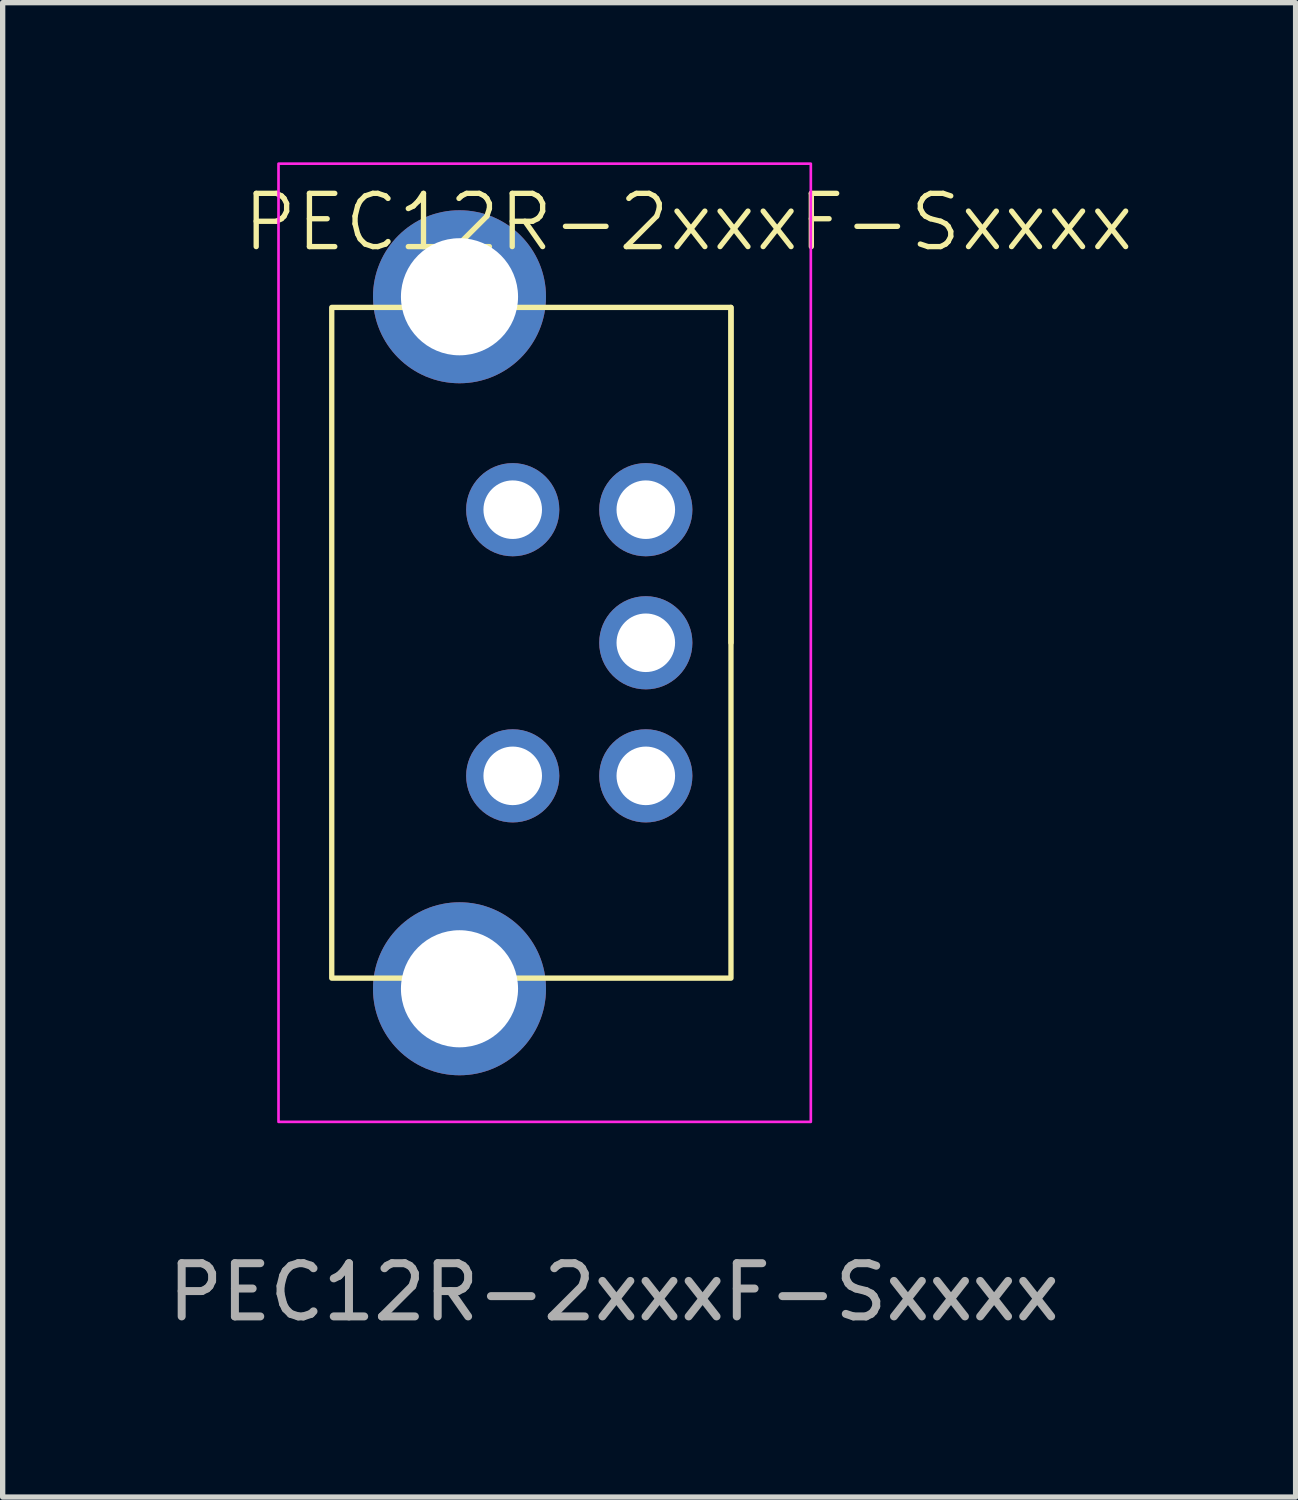
<source format=kicad_pcb>
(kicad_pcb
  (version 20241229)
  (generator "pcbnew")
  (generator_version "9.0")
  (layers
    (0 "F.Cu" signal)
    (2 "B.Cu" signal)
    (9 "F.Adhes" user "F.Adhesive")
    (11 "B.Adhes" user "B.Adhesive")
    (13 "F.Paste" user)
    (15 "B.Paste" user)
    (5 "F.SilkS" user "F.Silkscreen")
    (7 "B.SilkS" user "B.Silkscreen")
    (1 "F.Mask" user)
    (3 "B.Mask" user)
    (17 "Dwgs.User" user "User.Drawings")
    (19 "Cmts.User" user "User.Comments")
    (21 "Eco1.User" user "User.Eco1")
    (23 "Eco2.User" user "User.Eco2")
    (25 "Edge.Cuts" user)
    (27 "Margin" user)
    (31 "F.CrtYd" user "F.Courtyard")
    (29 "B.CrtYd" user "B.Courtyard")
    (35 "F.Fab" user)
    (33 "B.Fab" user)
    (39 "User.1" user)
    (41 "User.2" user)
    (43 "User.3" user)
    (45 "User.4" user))
  (footprint "PEC12R-2xxxF-Sxxxx"
    (layer "F.Cu")
    (at 9.082 9.025)
    (property "Reference" "PEC12R-2xxxF-Sxxxx" (at 0.8 -7.9 0) (unlocked yes) (layer "F.SilkS") (effects (font (size 1 1) (thickness 0.1))))
    (attr smd)
    (fp_line (start 1.6 0) (end 1.6 -6.3) (stroke (width 0.1) (type default)) (layer "F.SilkS"))
    (fp_rect (start -5.9 -6.3) (end 1.6 6.3) (stroke (width 0.1) (type default)) (fill no) (layer "F.SilkS"))
    (fp_rect (start -6.9 -9) (end 3.1 9) (stroke (width 0.05) (type default)) (fill no) (layer "F.CrtYd"))
    (fp_text user "${REFERENCE}" (at -0.6 12.2 0) (unlocked yes) (layer "F.Fab") (effects (font (size 1 1) (thickness 0.15))))
    (pad "1" thru_hole circle (at -2.5 2.5) (size 1.75 1.75) (drill 1.1) (layers "*.Cu" "*.Mask"))
    (pad "2" thru_hole circle (at -2.5 -2.5) (size 1.75 1.75) (drill 1.1) (layers "*.Cu" "*.Mask"))
    (pad "A" thru_hole circle (at 0 2.5) (size 1.75 1.75) (drill 1.1) (layers "*.Cu" "*.Mask"))
    (pad "B" thru_hole circle (at 0 -2.5) (size 1.75 1.75) (drill 1.1) (layers "*.Cu" "*.Mask"))
    (pad "C" thru_hole circle (at -3.5 -6.5) (size 3.25 3.25) (drill 2.2) (layers "*.Cu" "*.Mask"))
    (pad "C" thru_hole circle (at -3.5 6.5) (size 3.25 3.25) (drill 2.2) (layers "*.Cu" "*.Mask"))
    (pad "C" thru_hole circle (at 0 0) (size 1.75 1.75) (drill 1.1) (layers "*.Cu" "*.Mask")))
  (gr_rect
    (start -3 -3)
    (end 21.289 25.073)
    (stroke (width 0.1) (type default))
    (fill no)
    (layer "Edge.Cuts")))
</source>
